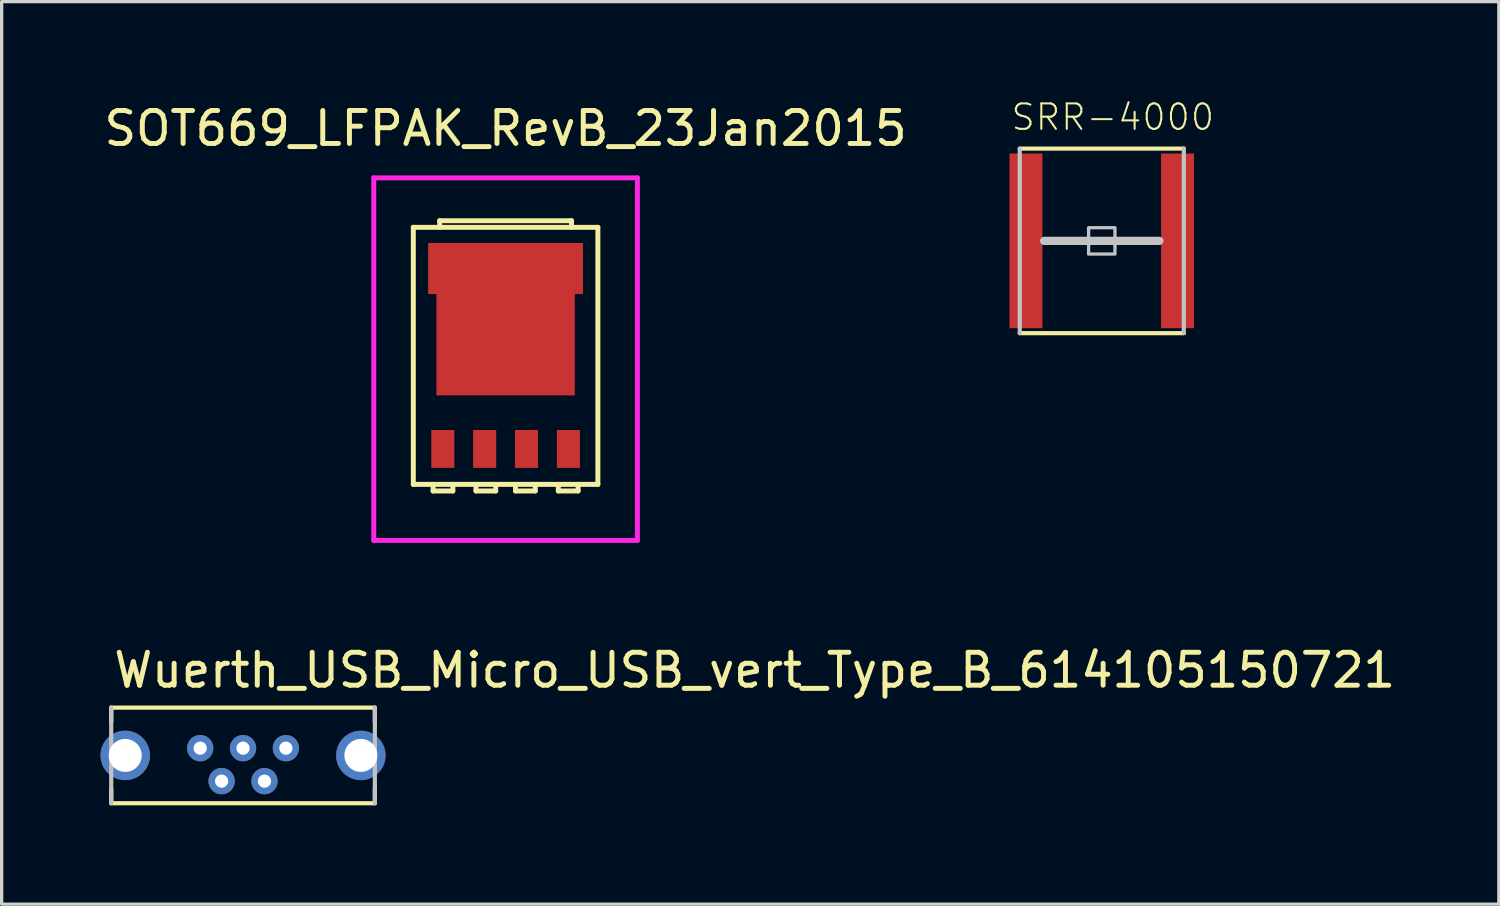
<source format=kicad_pcb>
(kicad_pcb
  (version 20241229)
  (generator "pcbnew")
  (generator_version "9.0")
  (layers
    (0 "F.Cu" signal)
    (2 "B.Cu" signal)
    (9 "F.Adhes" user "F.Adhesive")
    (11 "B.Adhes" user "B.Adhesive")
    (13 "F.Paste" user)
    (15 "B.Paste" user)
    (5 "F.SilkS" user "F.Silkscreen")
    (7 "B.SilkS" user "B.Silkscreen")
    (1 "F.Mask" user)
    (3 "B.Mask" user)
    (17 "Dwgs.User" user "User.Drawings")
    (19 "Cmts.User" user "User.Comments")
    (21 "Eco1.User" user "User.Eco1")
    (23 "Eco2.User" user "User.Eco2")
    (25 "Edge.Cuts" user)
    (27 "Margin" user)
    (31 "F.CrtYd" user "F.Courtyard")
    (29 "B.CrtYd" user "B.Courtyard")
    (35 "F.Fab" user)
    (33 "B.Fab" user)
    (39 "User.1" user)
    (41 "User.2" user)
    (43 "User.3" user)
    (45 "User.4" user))
  (footprint "Wuerth_USB_Micro_USB_vert_Type_B_614105150721"
    (layer "F.Cu")
    (at 4.325 19.873)
    (property "Reference" "Wuerth_USB_Micro_USB_vert_Type_B_614105150721" (at -4 -2 0) (layer "F.SilkS") (effects (font (size 1 1) (thickness 0.15)) (justify left bottom)))
    (attr through_hole)
    (fp_line (start -4 -1.45) (end 4 -1.45) (stroke (width 0.127) (type solid)) (layer "F.SilkS"))
    (fp_line (start -4 -1.01) (end -4 -1.45) (stroke (width 0.127) (type solid)) (layer "F.SilkS"))
    (fp_line (start -4 1.01) (end -4 1.45) (stroke (width 0.127) (type solid)) (layer "F.SilkS"))
    (fp_line (start -4 1.45) (end 4 1.45) (stroke (width 0.127) (type solid)) (layer "F.SilkS"))
    (fp_line (start 4 -1.01) (end 4 -1.45) (stroke (width 0.127) (type solid)) (layer "F.SilkS"))
    (fp_line (start 4 1.01) (end 4 1.45) (stroke (width 0.127) (type solid)) (layer "F.SilkS"))
    (fp_line (start -4 1.45) (end -4 -1.45) (stroke (width 0.127) (type solid)) (layer "Dwgs.User"))
    (fp_line (start 4 1.45) (end 4 -1.45) (stroke (width 0.127) (type solid)) (layer "Dwgs.User"))
    (pad "1" thru_hole circle (at -1.3 -0.22) (size 0.8 0.8) (drill 0.4) (layers "*.Cu" "*.Mask"))
    (pad "2" thru_hole circle (at -0.65 0.78) (size 0.8 0.8) (drill 0.4) (layers "*.Cu" "*.Mask"))
    (pad "3" thru_hole circle (at 0 -0.22) (size 0.8 0.8) (drill 0.4) (layers "*.Cu" "*.Mask"))
    (pad "4" thru_hole circle (at 0.65 0.78) (size 0.8 0.8) (drill 0.4) (layers "*.Cu" "*.Mask"))
    (pad "5" thru_hole circle (at 1.3 -0.22) (size 0.8 0.8) (drill 0.4) (layers "*.Cu" "*.Mask"))
    (pad "6" thru_hole circle (at -3.575 0 90) (size 1.5 1.5) (drill 1) (layers "*.Cu" "*.Mask"))
    (pad "6" thru_hole circle (at 3.575 0) (size 1.5 1.5) (drill 1) (layers "*.Cu" "*.Mask")))
  (footprint "SRR-4000"
    (layer "F.Cu")
    (at 30.383 4.259)
    (property "Reference" "SRR-4000" (at -2.794 -3.302 180) (layer "F.SilkS") (effects (font (size 0.772 0.772) (thickness 0.062)) (justify left bottom)))
    (attr through_hole)
    (fp_poly (pts (xy -1.75 -2.7) (xy -0.7 -2.7) (xy -0.7 -1.55) (xy -0.95 -1.4) (xy -1.1 -1.3) (xy -1.35 -1.05) (xy -1.45 -0.9) (xy -1.5 -0.75) (xy -1.6 -0.6) (xy -1.65 -0.45) (xy -1.7 -0.15) (xy -1.75 0.05)) (stroke (width 0) (type solid)) (fill yes) (layer "F.Mask"))
    (fp_poly (pts (xy 1.75 2.7) (xy 0.7 2.7) (xy 0.7 1.55) (xy 0.95 1.4) (xy 1.1 1.3) (xy 1.35 1.05) (xy 1.45 0.9) (xy 1.5 0.75) (xy 1.6 0.6) (xy 1.65 0.45) (xy 1.7 0.15) (xy 1.75 -0.05)) (stroke (width 0) (type solid)) (fill yes) (layer "F.Mask"))
    (fp_poly (pts (xy -1.75 2.7) (xy -0.7 2.7) (xy -0.7 1.55) (xy -0.9 1.45) (xy -1.05 1.35) (xy -1.15 1.25) (xy -1.25 1.15) (xy -1.35 1.05) (xy -1.45 0.9) (xy -1.5 0.8) (xy -1.55 0.7) (xy -1.6 0.55) (xy -1.65 0.4) (xy -1.7 0.25) (xy -1.75 0.1)) (stroke (width 0) (type solid)) (fill yes) (layer "F.Mask"))
    (fp_poly (pts (xy 1.75 -2.7) (xy 0.7 -2.7) (xy 0.7 -1.55) (xy 0.9 -1.45) (xy 1.05 -1.35) (xy 1.15 -1.25) (xy 1.25 -1.15) (xy 1.35 -1.05) (xy 1.45 -0.9) (xy 1.5 -0.8) (xy 1.55 -0.7) (xy 1.6 -0.55) (xy 1.65 -0.4) (xy 1.7 -0.25) (xy 1.75 -0.1)) (stroke (width 0) (type solid)) (fill yes) (layer "F.Mask"))
    (fp_line (start -2.489 -2.8) (end 2.489 -2.8) (stroke (width 0.127) (type solid)) (layer "F.SilkS"))
    (fp_line (start 2.489 2.8) (end -2.489 2.8) (stroke (width 0.127) (type solid)) (layer "F.SilkS"))
    (fp_poly (pts (xy 1.85 -2.6) (xy 0.8 -2.6) (xy 0.8 -1.65) (xy 1 -1.55) (xy 1.15 -1.45) (xy 1.45 -1.15) (xy 1.5 -1.05) (xy 1.7 -0.75) (xy 1.75 -0.6) (xy 1.85 -0.25)) (stroke (width 0) (type solid)) (fill yes) (layer "F.Paste"))
    (fp_poly (pts (xy -1.85 -2.6) (xy -0.8 -2.6) (xy -0.8 -1.65) (xy -0.9 -1.6) (xy -1.05 -1.5) (xy -1.15 -1.45) (xy -1.45 -1.15) (xy -1.5 -1.05) (xy -1.6 -0.9) (xy -1.7 -0.7) (xy -1.85 -0.25)) (stroke (width 0) (type solid)) (fill yes) (layer "F.Paste"))
    (fp_poly (pts (xy -1.85 2.6) (xy -0.8 2.6) (xy -0.8 1.65) (xy -1 1.55) (xy -1.15 1.45) (xy -1.25 1.35) (xy -1.35 1.25) (xy -1.45 1.15) (xy -1.5 1.05) (xy -1.6 0.9) (xy -1.7 0.75) (xy -1.75 0.6) (xy -1.85 0.25)) (stroke (width 0) (type solid)) (fill yes) (layer "F.Paste"))
    (fp_poly (pts (xy 1.8 2.6) (xy 0.8 2.6) (xy 0.8 1.65) (xy 0.9 1.6) (xy 1.05 1.5) (xy 1.15 1.45) (xy 1.25 1.35) (xy 1.35 1.25) (xy 1.45 1.15) (xy 1.5 1.05) (xy 1.6 0.9) (xy 1.65 0.8) (xy 1.7 0.7) (xy 1.85 0.25) (xy 1.85 2.6)) (stroke (width 0) (type solid)) (fill yes) (layer "F.Paste"))
    (fp_line (start -2.489 2.8) (end -2.489 -2.8) (stroke (width 0.127) (type solid)) (layer "Dwgs.User"))
    (fp_line (start -1.75 0) (end 1.75 0) (stroke (width 0.25) (type solid)) (layer "Dwgs.User"))
    (fp_line (start 2.489 -2.8) (end 2.489 2.8) (stroke (width 0.127) (type solid)) (layer "Dwgs.User"))
    (fp_poly (pts (xy -0.4 0.4) (xy 0.4 0.4) (xy 0.4 -0.4) (xy -0.4 -0.4)) (stroke (width 0.1) (type solid)) (fill no) (layer "Dwgs.User"))
    (pad "1" smd rect (at -2.3 0 90) (size 5.3 1) (layers "F.Cu" "F.Mask" "F.Paste"))
    (pad "2" smd rect (at 2.3 0 90) (size 5.3 1) (layers "F.Cu" "F.Mask" "F.Paste")))
  (footprint "SOT669_LFPAK_RevB_23Jan2015"
    (layer "F.Cu")
    (at 12.292 7.748)
    (property "Reference" "SOT669_LFPAK_RevB_23Jan2015" (at 0 -6.9 0) (layer "F.SilkS") (effects (font (size 1 1) (thickness 0.15))))
    (attr through_hole)
    (fp_line (start -2.8 -3.9) (end 2.8 -3.9) (stroke (width 0.15) (type solid)) (layer "F.SilkS"))
    (fp_line (start -2.8 3.9) (end -2.8 -3.9) (stroke (width 0.15) (type solid)) (layer "F.SilkS"))
    (fp_line (start -2.2 3.9) (end -2.2 4.1) (stroke (width 0.15) (type solid)) (layer "F.SilkS"))
    (fp_line (start -2.2 4.1) (end -1.6 4.1) (stroke (width 0.15) (type solid)) (layer "F.SilkS"))
    (fp_line (start -2 -4.1) (end 2 -4.1) (stroke (width 0.15) (type solid)) (layer "F.SilkS"))
    (fp_line (start -2 -3.9) (end -2 -4.1) (stroke (width 0.15) (type solid)) (layer "F.SilkS"))
    (fp_line (start -1.6 4.1) (end -1.6 3.9) (stroke (width 0.15) (type solid)) (layer "F.SilkS"))
    (fp_line (start -0.9 3.9) (end -0.9 4.1) (stroke (width 0.15) (type solid)) (layer "F.SilkS"))
    (fp_line (start -0.9 4.1) (end -0.3 4.1) (stroke (width 0.15) (type solid)) (layer "F.SilkS"))
    (fp_line (start -0.3 4.1) (end -0.3 3.9) (stroke (width 0.15) (type solid)) (layer "F.SilkS"))
    (fp_line (start 0.3 3.9) (end 0.3 4.1) (stroke (width 0.15) (type solid)) (layer "F.SilkS"))
    (fp_line (start 0.3 4.1) (end 0.9 4.1) (stroke (width 0.15) (type solid)) (layer "F.SilkS"))
    (fp_line (start 0.9 4.1) (end 0.9 3.9) (stroke (width 0.15) (type solid)) (layer "F.SilkS"))
    (fp_line (start 1.6 3.9) (end 1.6 4.1) (stroke (width 0.15) (type solid)) (layer "F.SilkS"))
    (fp_line (start 1.6 4.1) (end 2.2 4.1) (stroke (width 0.15) (type solid)) (layer "F.SilkS"))
    (fp_line (start 2 -4.1) (end 2 -3.9) (stroke (width 0.15) (type solid)) (layer "F.SilkS"))
    (fp_line (start 2.2 4.1) (end 2.2 3.9) (stroke (width 0.15) (type solid)) (layer "F.SilkS"))
    (fp_line (start 2.8 -3.9) (end 2.8 3.9) (stroke (width 0.15) (type solid)) (layer "F.SilkS"))
    (fp_line (start 2.8 3.9) (end -2.8 3.9) (stroke (width 0.15) (type solid)) (layer "F.SilkS"))
    (fp_line (start -4 -5.4) (end -4 5.6) (stroke (width 0.15) (type solid)) (layer "F.CrtYd"))
    (fp_line (start -4 5.6) (end 4 5.6) (stroke (width 0.15) (type solid)) (layer "F.CrtYd"))
    (fp_line (start 4 -5.4) (end -4 -5.4) (stroke (width 0.15) (type solid)) (layer "F.CrtYd"))
    (fp_line (start 4 5.6) (end 4 -5.4) (stroke (width 0.15) (type solid)) (layer "F.CrtYd"))
    (pad "" smd rect (at -1.875 -2.9) (size 0.6 0.9) (layers "F.Paste"))
    (pad "" smd rect (at -1.15 -1.05 90) (size 0.6 0.9) (layers "F.Paste"))
    (pad "" smd rect (at -1.15 -0.2 90) (size 0.6 0.9) (layers "F.Paste"))
    (pad "" smd rect (at -1.15 0.65 90) (size 0.6 0.9) (layers "F.Paste"))
    (pad "" smd rect (at -0.6 -2.9) (size 0.6 0.9) (layers "F.Paste"))
    (pad "" smd rect (at 0 -1.05 90) (size 0.6 0.9) (layers "F.Paste"))
    (pad "" smd rect (at 0 -0.2 90) (size 0.6 0.9) (layers "F.Paste"))
    (pad "" smd rect (at 0 0.65 90) (size 0.6 0.9) (layers "F.Paste"))
    (pad "" smd rect (at 0.6 -2.9) (size 0.6 0.9) (layers "F.Paste"))
    (pad "" smd rect (at 1.15 -1.05 90) (size 0.6 0.9) (layers "F.Paste"))
    (pad "" smd rect (at 1.15 -0.2 90) (size 0.6 0.9) (layers "F.Paste"))
    (pad "" smd rect (at 1.15 0.65 90) (size 0.6 0.9) (layers "F.Paste"))
    (pad "" smd rect (at 1.875 -2.9) (size 0.6 0.9) (layers "F.Paste"))
    (pad "1" smd rect (at -1.905 2.825) (size 0.7 1.15) (layers "F.Cu" "F.Mask" "F.Paste"))
    (pad "2" smd rect (at -0.635 2.825) (size 0.7 1.15) (layers "F.Cu" "F.Mask" "F.Paste"))
    (pad "3" smd rect (at 0.635 2.825) (size 0.7 1.15) (layers "F.Cu" "F.Mask" "F.Paste"))
    (pad "4" smd rect (at 1.905 2.825) (size 0.7 1.15) (layers "F.Cu" "F.Mask" "F.Paste"))
    (pad "5" smd rect (at 0 -2.65) (size 4.7 1.55) (layers "F.Cu" "F.Mask"))
    (pad "5" smd rect (at 0 -0.45) (size 4.2 3.3) (layers "F.Cu" "F.Mask")))
  (gr_rect
    (start -3 -3)
    (end 42.432 24.387)
    (stroke (width 0.1) (type default))
    (fill no)
    (layer "Edge.Cuts")))
</source>
